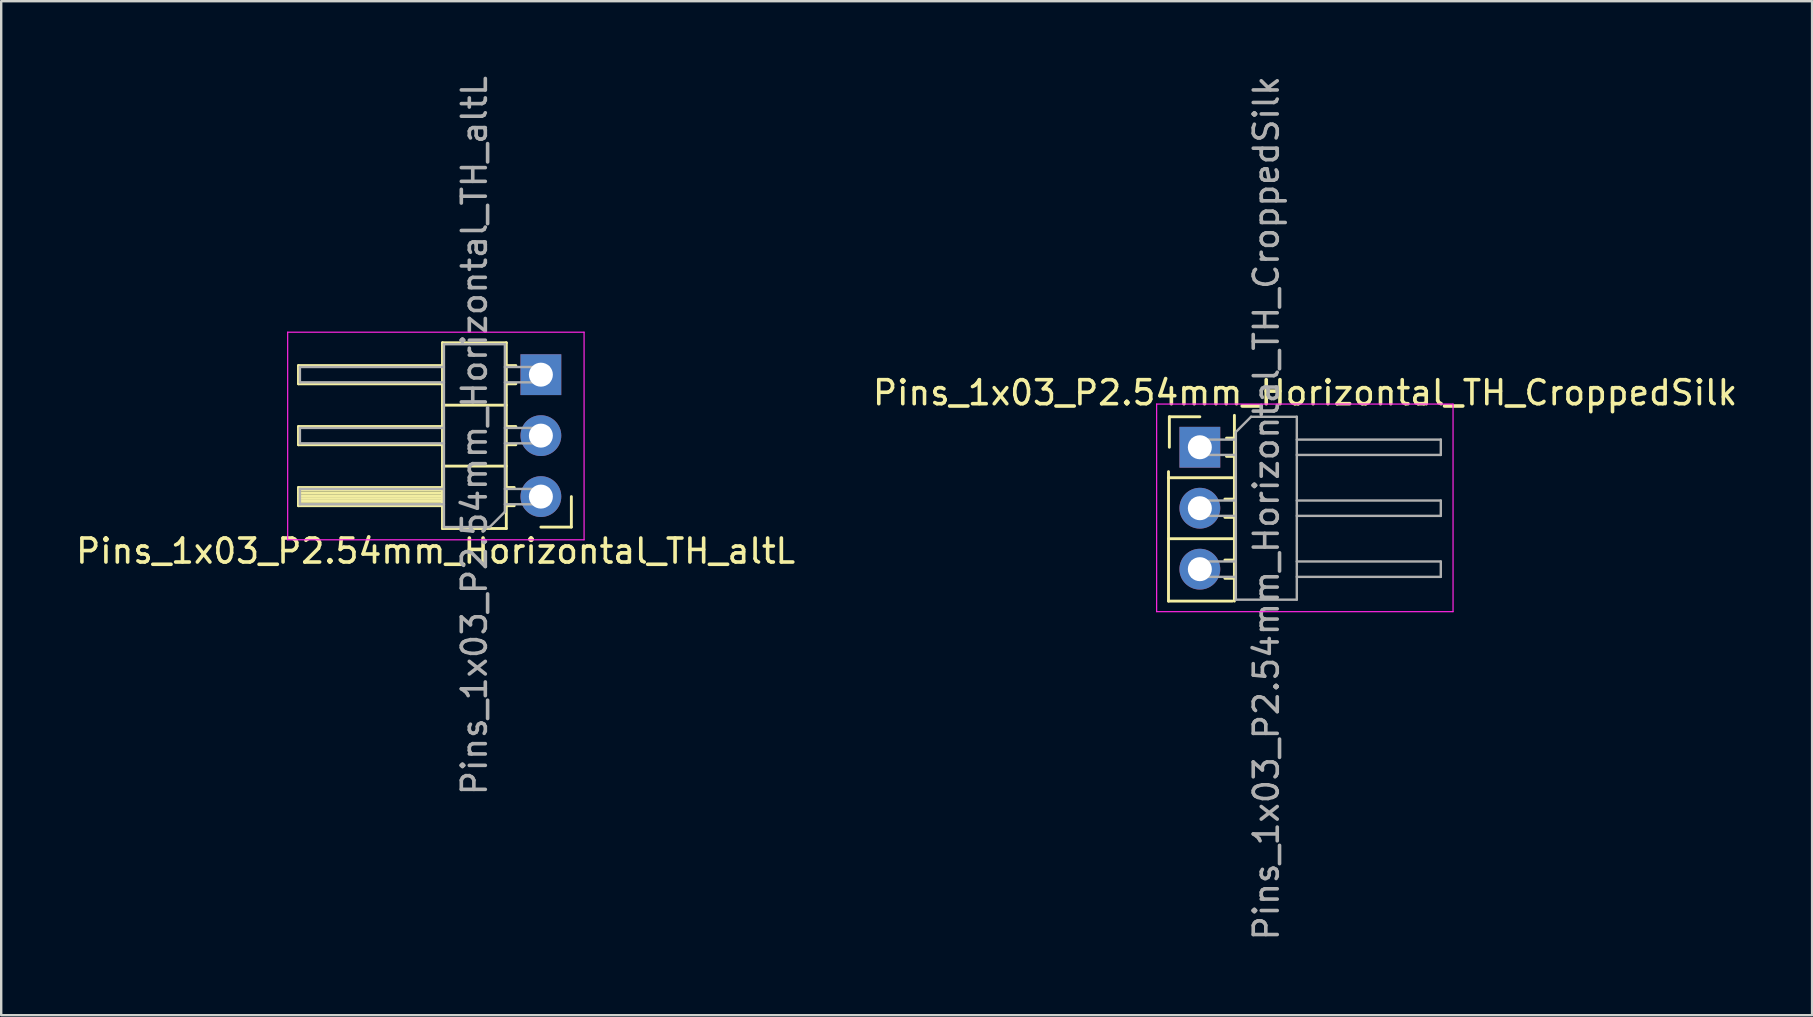
<source format=kicad_pcb>
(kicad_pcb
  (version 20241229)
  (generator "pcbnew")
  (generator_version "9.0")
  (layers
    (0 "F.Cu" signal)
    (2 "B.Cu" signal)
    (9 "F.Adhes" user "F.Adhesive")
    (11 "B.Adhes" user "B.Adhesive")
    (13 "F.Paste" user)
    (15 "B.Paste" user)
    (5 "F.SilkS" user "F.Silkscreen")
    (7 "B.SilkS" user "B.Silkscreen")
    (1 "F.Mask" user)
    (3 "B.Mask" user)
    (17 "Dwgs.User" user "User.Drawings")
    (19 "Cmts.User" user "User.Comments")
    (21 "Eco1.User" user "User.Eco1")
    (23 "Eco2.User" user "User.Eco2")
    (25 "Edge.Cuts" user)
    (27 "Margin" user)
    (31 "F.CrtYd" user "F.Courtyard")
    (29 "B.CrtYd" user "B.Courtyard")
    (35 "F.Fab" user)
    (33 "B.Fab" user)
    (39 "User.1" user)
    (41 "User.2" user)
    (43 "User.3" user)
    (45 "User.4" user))
  (footprint "Pins_1x03_P2.54mm_Horizontal_TH_CroppedSilk"
    (layer "F.Cu")
    (at 46.942 18.125)
    (property "Reference" "Pins_1x03_P2.54mm_Horizontal_TH_CroppedSilk" (at 4.385 -4.81 0) (layer "F.SilkS") (effects (font (size 1 1) (thickness 0.15))))
    (attr through_hole)
    (fp_line (start -1.306 -1.524) (end -1.306 3.87) (stroke (width 0.12) (type solid)) (layer "F.SilkS"))
    (fp_line (start -1.306 3.87) (end 1.354 3.87) (stroke (width 0.12) (type solid)) (layer "F.SilkS"))
    (fp_line (start -1.27 -3.81) (end 0 -3.81) (stroke (width 0.12) (type solid)) (layer "F.SilkS"))
    (fp_line (start -1.27 -2.54) (end -1.27 -3.81) (stroke (width 0.12) (type solid)) (layer "F.SilkS"))
    (fp_line (start 1.043 -0.38) (end 1.44 -0.38) (stroke (width 0.12) (type solid)) (layer "F.SilkS"))
    (fp_line (start 1.043 0.38) (end 1.44 0.38) (stroke (width 0.12) (type solid)) (layer "F.SilkS"))
    (fp_line (start 1.043 2.16) (end 1.44 2.16) (stroke (width 0.12) (type solid)) (layer "F.SilkS"))
    (fp_line (start 1.043 2.92) (end 1.44 2.92) (stroke (width 0.12) (type solid)) (layer "F.SilkS"))
    (fp_line (start 1.11 -2.92) (end 1.44 -2.92) (stroke (width 0.12) (type solid)) (layer "F.SilkS"))
    (fp_line (start 1.11 -2.16) (end 1.44 -2.16) (stroke (width 0.12) (type solid)) (layer "F.SilkS"))
    (fp_line (start 1.354 -1.27) (end -1.306 -1.27) (stroke (width 0.12) (type solid)) (layer "F.SilkS"))
    (fp_line (start 1.354 1.27) (end -1.306 1.27) (stroke (width 0.12) (type solid)) (layer "F.SilkS"))
    (fp_line (start 1.44 -3.87) (end 1.44 3.87) (stroke (width 0.12) (type solid)) (layer "F.SilkS"))
    (fp_line (start -1.8 -4.34) (end -1.8 4.31) (stroke (width 0.05) (type solid)) (layer "F.CrtYd"))
    (fp_line (start -1.8 4.31) (end 10.55 4.31) (stroke (width 0.05) (type solid)) (layer "F.CrtYd"))
    (fp_line (start 10.55 -4.34) (end -1.8 -4.34) (stroke (width 0.05) (type solid)) (layer "F.CrtYd"))
    (fp_line (start 10.55 4.31) (end 10.55 -4.34) (stroke (width 0.05) (type solid)) (layer "F.CrtYd"))
    (fp_line (start -0.32 -2.86) (end -0.32 -2.22) (stroke (width 0.1) (type solid)) (layer "F.Fab"))
    (fp_line (start -0.32 -2.86) (end 1.5 -2.86) (stroke (width 0.1) (type solid)) (layer "F.Fab"))
    (fp_line (start -0.32 -2.22) (end 1.5 -2.22) (stroke (width 0.1) (type solid)) (layer "F.Fab"))
    (fp_line (start -0.32 -0.32) (end -0.32 0.32) (stroke (width 0.1) (type solid)) (layer "F.Fab"))
    (fp_line (start -0.32 -0.32) (end 1.5 -0.32) (stroke (width 0.1) (type solid)) (layer "F.Fab"))
    (fp_line (start -0.32 0.32) (end 1.5 0.32) (stroke (width 0.1) (type solid)) (layer "F.Fab"))
    (fp_line (start -0.32 2.22) (end -0.32 2.86) (stroke (width 0.1) (type solid)) (layer "F.Fab"))
    (fp_line (start -0.32 2.22) (end 1.5 2.22) (stroke (width 0.1) (type solid)) (layer "F.Fab"))
    (fp_line (start -0.32 2.86) (end 1.5 2.86) (stroke (width 0.1) (type solid)) (layer "F.Fab"))
    (fp_line (start 1.5 -3.175) (end 2.135 -3.81) (stroke (width 0.1) (type solid)) (layer "F.Fab"))
    (fp_line (start 1.5 3.81) (end 1.5 -3.175) (stroke (width 0.1) (type solid)) (layer "F.Fab"))
    (fp_line (start 2.135 -3.81) (end 4.04 -3.81) (stroke (width 0.1) (type solid)) (layer "F.Fab"))
    (fp_line (start 4.04 -3.81) (end 4.04 3.81) (stroke (width 0.1) (type solid)) (layer "F.Fab"))
    (fp_line (start 4.04 -2.86) (end 10.04 -2.86) (stroke (width 0.1) (type solid)) (layer "F.Fab"))
    (fp_line (start 4.04 -2.22) (end 10.04 -2.22) (stroke (width 0.1) (type solid)) (layer "F.Fab"))
    (fp_line (start 4.04 -0.32) (end 10.04 -0.32) (stroke (width 0.1) (type solid)) (layer "F.Fab"))
    (fp_line (start 4.04 0.32) (end 10.04 0.32) (stroke (width 0.1) (type solid)) (layer "F.Fab"))
    (fp_line (start 4.04 2.22) (end 10.04 2.22) (stroke (width 0.1) (type solid)) (layer "F.Fab"))
    (fp_line (start 4.04 2.86) (end 10.04 2.86) (stroke (width 0.1) (type solid)) (layer "F.Fab"))
    (fp_line (start 4.04 3.81) (end 1.5 3.81) (stroke (width 0.1) (type solid)) (layer "F.Fab"))
    (fp_line (start 10.04 -2.86) (end 10.04 -2.22) (stroke (width 0.1) (type solid)) (layer "F.Fab"))
    (fp_line (start 10.04 -0.32) (end 10.04 0.32) (stroke (width 0.1) (type solid)) (layer "F.Fab"))
    (fp_line (start 10.04 2.22) (end 10.04 2.86) (stroke (width 0.1) (type solid)) (layer "F.Fab"))
    (fp_text user "${REFERENCE}" (at 2.77 0 90) (layer "F.Fab") (effects (font (size 1 1) (thickness 0.15))))
    (pad "1" thru_hole rect (at 0 -2.54) (size 1.7 1.7) (drill 1) (layers "*.Cu" "*.Mask"))
    (pad "2" thru_hole oval (at 0 0) (size 1.7 1.7) (drill 1) (layers "*.Cu" "*.Mask"))
    (pad "3" thru_hole oval (at 0 2.54) (size 1.7 1.7) (drill 1) (layers "*.Cu" "*.Mask")))
  (footprint "Pins_1x03_P2.54mm_Horizontal_TH_altL"
    (layer "F.Cu")
    (at 19.486 15.101)
    (property "Reference" "Pins_1x03_P2.54mm_Horizontal_TH_altL" (at -4.385 4.81 180) (layer "F.SilkS") (effects (font (size 1 1) (thickness 0.15))))
    (attr through_hole)
    (fp_line (start -10.1 -2.92) (end -4.1 -2.92) (stroke (width 0.12) (type solid)) (layer "F.SilkS"))
    (fp_line (start -10.1 -2.16) (end -10.1 -2.92) (stroke (width 0.12) (type solid)) (layer "F.SilkS"))
    (fp_line (start -10.1 -0.38) (end -4.1 -0.38) (stroke (width 0.12) (type solid)) (layer "F.SilkS"))
    (fp_line (start -10.1 0.38) (end -10.1 -0.38) (stroke (width 0.12) (type solid)) (layer "F.SilkS"))
    (fp_line (start -10.1 2.16) (end -4.1 2.16) (stroke (width 0.12) (type solid)) (layer "F.SilkS"))
    (fp_line (start -10.1 2.92) (end -10.1 2.16) (stroke (width 0.12) (type solid)) (layer "F.SilkS"))
    (fp_line (start -4.1 -3.87) (end -4.1 3.87) (stroke (width 0.12) (type solid)) (layer "F.SilkS"))
    (fp_line (start -4.1 -2.16) (end -10.1 -2.16) (stroke (width 0.12) (type solid)) (layer "F.SilkS"))
    (fp_line (start -4.1 0.38) (end -10.1 0.38) (stroke (width 0.12) (type solid)) (layer "F.SilkS"))
    (fp_line (start -4.1 2.26) (end -10.1 2.26) (stroke (width 0.12) (type solid)) (layer "F.SilkS"))
    (fp_line (start -4.1 2.38) (end -10.1 2.38) (stroke (width 0.12) (type solid)) (layer "F.SilkS"))
    (fp_line (start -4.1 2.5) (end -10.1 2.5) (stroke (width 0.12) (type solid)) (layer "F.SilkS"))
    (fp_line (start -4.1 2.62) (end -10.1 2.62) (stroke (width 0.12) (type solid)) (layer "F.SilkS"))
    (fp_line (start -4.1 2.74) (end -10.1 2.74) (stroke (width 0.12) (type solid)) (layer "F.SilkS"))
    (fp_line (start -4.1 2.86) (end -10.1 2.86) (stroke (width 0.12) (type solid)) (layer "F.SilkS"))
    (fp_line (start -4.1 2.92) (end -10.1 2.92) (stroke (width 0.12) (type solid)) (layer "F.SilkS"))
    (fp_line (start -4.1 3.87) (end -1.44 3.87) (stroke (width 0.12) (type solid)) (layer "F.SilkS"))
    (fp_line (start -1.44 -3.87) (end -4.1 -3.87) (stroke (width 0.12) (type solid)) (layer "F.SilkS"))
    (fp_line (start -1.44 -1.27) (end -4.1 -1.27) (stroke (width 0.12) (type solid)) (layer "F.SilkS"))
    (fp_line (start -1.44 1.27) (end -4.1 1.27) (stroke (width 0.12) (type solid)) (layer "F.SilkS"))
    (fp_line (start -1.44 3.87) (end -1.44 -3.87) (stroke (width 0.12) (type solid)) (layer "F.SilkS"))
    (fp_line (start -1.11 2.16) (end -1.44 2.16) (stroke (width 0.12) (type solid)) (layer "F.SilkS"))
    (fp_line (start -1.11 2.92) (end -1.44 2.92) (stroke (width 0.12) (type solid)) (layer "F.SilkS"))
    (fp_line (start -1.043 -2.92) (end -1.44 -2.92) (stroke (width 0.12) (type solid)) (layer "F.SilkS"))
    (fp_line (start -1.043 -2.16) (end -1.44 -2.16) (stroke (width 0.12) (type solid)) (layer "F.SilkS"))
    (fp_line (start -1.043 -0.38) (end -1.44 -0.38) (stroke (width 0.12) (type solid)) (layer "F.SilkS"))
    (fp_line (start -1.043 0.38) (end -1.44 0.38) (stroke (width 0.12) (type solid)) (layer "F.SilkS"))
    (fp_line (start 1.27 2.54) (end 1.27 3.81) (stroke (width 0.12) (type solid)) (layer "F.SilkS"))
    (fp_line (start 1.27 3.81) (end 0 3.81) (stroke (width 0.12) (type solid)) (layer "F.SilkS"))
    (fp_line (start -10.55 -4.31) (end -10.55 4.34) (stroke (width 0.05) (type solid)) (layer "F.CrtYd"))
    (fp_line (start -10.55 4.34) (end 1.8 4.34) (stroke (width 0.05) (type solid)) (layer "F.CrtYd"))
    (fp_line (start 1.8 -4.31) (end -10.55 -4.31) (stroke (width 0.05) (type solid)) (layer "F.CrtYd"))
    (fp_line (start 1.8 4.34) (end 1.8 -4.31) (stroke (width 0.05) (type solid)) (layer "F.CrtYd"))
    (fp_line (start -10.04 -2.22) (end -10.04 -2.86) (stroke (width 0.1) (type solid)) (layer "F.Fab"))
    (fp_line (start -10.04 0.32) (end -10.04 -0.32) (stroke (width 0.1) (type solid)) (layer "F.Fab"))
    (fp_line (start -10.04 2.86) (end -10.04 2.22) (stroke (width 0.1) (type solid)) (layer "F.Fab"))
    (fp_line (start -4.04 -3.81) (end -1.5 -3.81) (stroke (width 0.1) (type solid)) (layer "F.Fab"))
    (fp_line (start -4.04 -2.86) (end -10.04 -2.86) (stroke (width 0.1) (type solid)) (layer "F.Fab"))
    (fp_line (start -4.04 -2.22) (end -10.04 -2.22) (stroke (width 0.1) (type solid)) (layer "F.Fab"))
    (fp_line (start -4.04 -0.32) (end -10.04 -0.32) (stroke (width 0.1) (type solid)) (layer "F.Fab"))
    (fp_line (start -4.04 0.32) (end -10.04 0.32) (stroke (width 0.1) (type solid)) (layer "F.Fab"))
    (fp_line (start -4.04 2.22) (end -10.04 2.22) (stroke (width 0.1) (type solid)) (layer "F.Fab"))
    (fp_line (start -4.04 2.86) (end -10.04 2.86) (stroke (width 0.1) (type solid)) (layer "F.Fab"))
    (fp_line (start -4.04 3.81) (end -4.04 -3.81) (stroke (width 0.1) (type solid)) (layer "F.Fab"))
    (fp_line (start -2.135 3.81) (end -4.04 3.81) (stroke (width 0.1) (type solid)) (layer "F.Fab"))
    (fp_line (start -1.5 -3.81) (end -1.5 3.175) (stroke (width 0.1) (type solid)) (layer "F.Fab"))
    (fp_line (start -1.5 3.175) (end -2.135 3.81) (stroke (width 0.1) (type solid)) (layer "F.Fab"))
    (fp_line (start 0.32 -2.86) (end -1.5 -2.86) (stroke (width 0.1) (type solid)) (layer "F.Fab"))
    (fp_line (start 0.32 -2.22) (end -1.5 -2.22) (stroke (width 0.1) (type solid)) (layer "F.Fab"))
    (fp_line (start 0.32 -2.22) (end 0.32 -2.86) (stroke (width 0.1) (type solid)) (layer "F.Fab"))
    (fp_line (start 0.32 -0.32) (end -1.5 -0.32) (stroke (width 0.1) (type solid)) (layer "F.Fab"))
    (fp_line (start 0.32 0.32) (end -1.5 0.32) (stroke (width 0.1) (type solid)) (layer "F.Fab"))
    (fp_line (start 0.32 0.32) (end 0.32 -0.32) (stroke (width 0.1) (type solid)) (layer "F.Fab"))
    (fp_line (start 0.32 2.22) (end -1.5 2.22) (stroke (width 0.1) (type solid)) (layer "F.Fab"))
    (fp_line (start 0.32 2.86) (end -1.5 2.86) (stroke (width 0.1) (type solid)) (layer "F.Fab"))
    (fp_line (start 0.32 2.86) (end 0.32 2.22) (stroke (width 0.1) (type solid)) (layer "F.Fab"))
    (fp_text user "${REFERENCE}" (at -2.77 0 270) (layer "F.Fab") (effects (font (size 1 1) (thickness 0.15))))
    (pad "1" thru_hole rect (at 0 -2.54 180) (size 1.7 1.7) (drill 1) (layers "*.Cu" "*.Mask"))
    (pad "2" thru_hole oval (at 0 0 180) (size 1.7 1.7) (drill 1) (layers "*.Cu" "*.Mask"))
    (pad "3" thru_hole circle (at 0 2.54 180) (size 1.7 1.7) (drill 1) (layers "*.Cu" "*.Mask")))
  (gr_rect
    (start -3 -3)
    (end 72.452 39.25)
    (stroke (width 0.1) (type default))
    (fill no)
    (layer "Edge.Cuts")))
</source>
